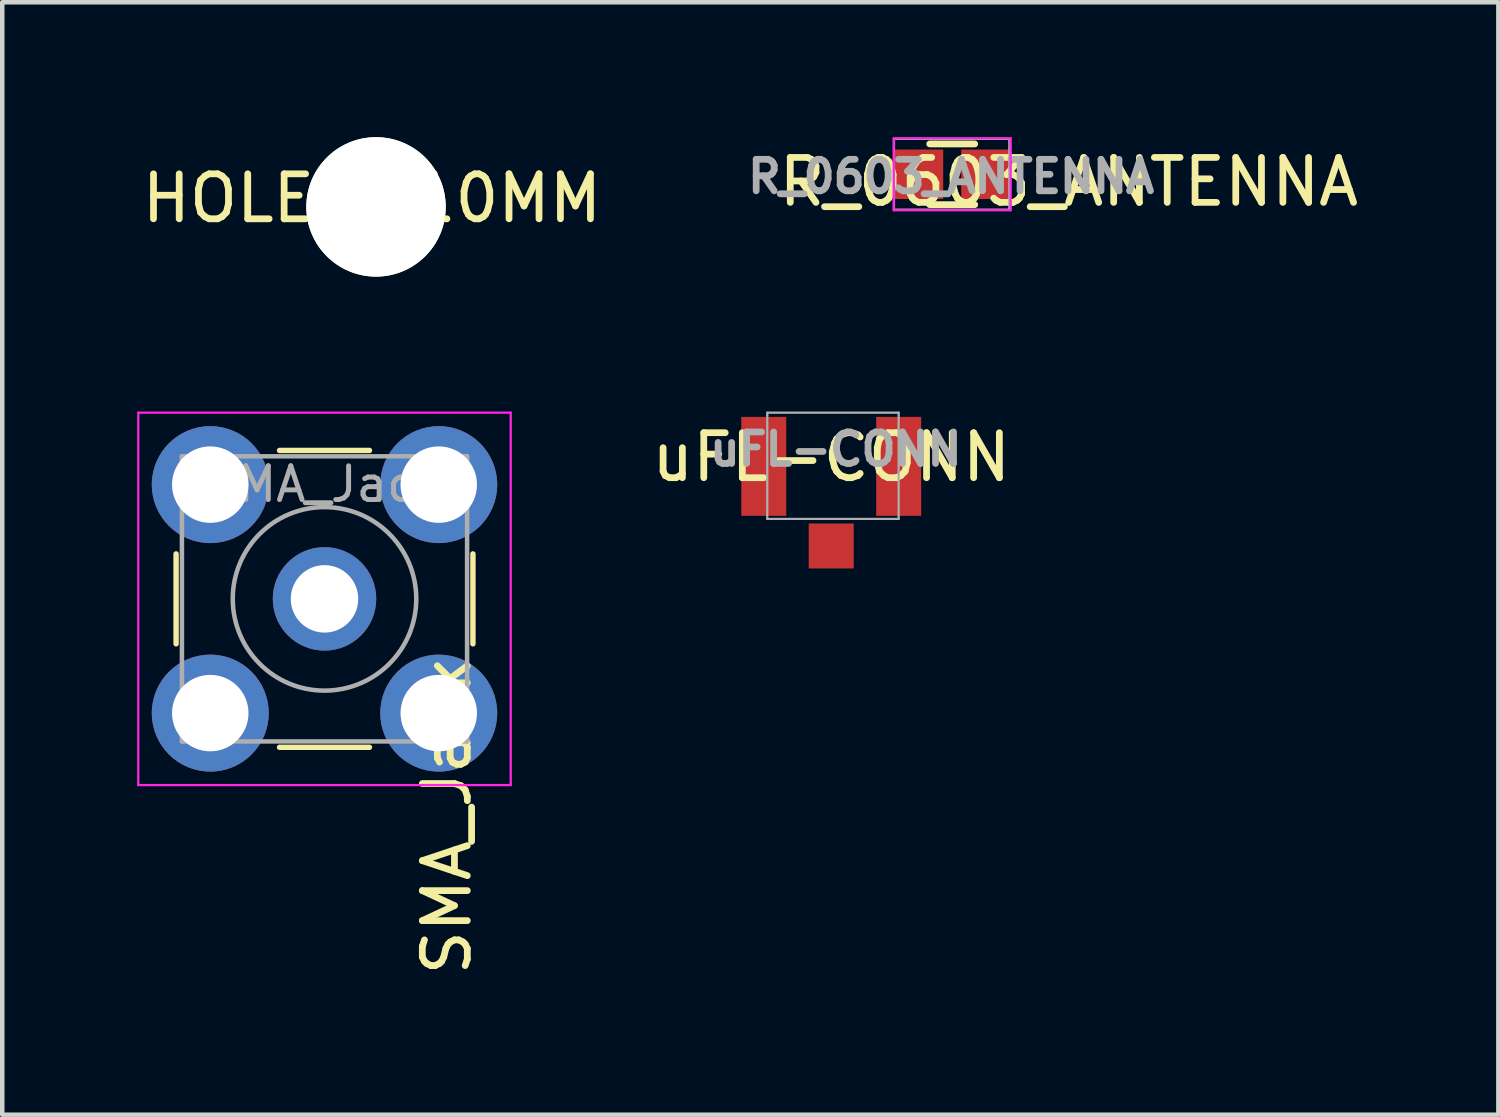
<source format=kicad_pcb>
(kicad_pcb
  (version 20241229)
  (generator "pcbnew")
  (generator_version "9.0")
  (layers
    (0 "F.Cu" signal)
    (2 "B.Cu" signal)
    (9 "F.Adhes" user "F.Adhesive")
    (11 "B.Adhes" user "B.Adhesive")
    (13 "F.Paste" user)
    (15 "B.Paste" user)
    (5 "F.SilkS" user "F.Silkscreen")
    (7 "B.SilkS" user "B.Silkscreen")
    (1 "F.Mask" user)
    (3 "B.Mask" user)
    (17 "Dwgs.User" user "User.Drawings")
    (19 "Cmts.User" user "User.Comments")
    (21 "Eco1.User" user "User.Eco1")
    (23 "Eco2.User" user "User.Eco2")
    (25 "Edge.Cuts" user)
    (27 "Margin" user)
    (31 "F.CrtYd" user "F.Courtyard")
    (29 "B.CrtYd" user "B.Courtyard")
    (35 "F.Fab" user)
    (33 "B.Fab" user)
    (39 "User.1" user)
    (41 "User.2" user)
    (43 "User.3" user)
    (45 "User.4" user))
  (footprint "uFL-CONN"
    (layer "F.Cu")
    (at 15.431 7.319)
    (property "Reference" "uFL-CONN" (at 0 -0.203 180) (layer "F.SilkS") (effects (font (size 1 1) (thickness 0.15))))
    (attr smd)
    (fp_line (start -1.422 -1.194) (end 1.499 -1.194) (stroke (width 0.05) (type solid)) (layer "F.Fab"))
    (fp_line (start -1.422 -1.143) (end -1.422 -1.194) (stroke (width 0.05) (type solid)) (layer "F.Fab"))
    (fp_line (start -1.422 -0.711) (end -1.422 -1.143) (stroke (width 0.05) (type solid)) (layer "F.Fab"))
    (fp_line (start -1.422 -0.711) (end -1.422 1.168) (stroke (width 0.05) (type solid)) (layer "F.Fab"))
    (fp_line (start 1.499 -1.194) (end 1.499 -0.711) (stroke (width 0.05) (type solid)) (layer "F.Fab"))
    (fp_line (start 1.499 1.168) (end -1.422 1.168) (stroke (width 0.05) (type solid)) (layer "F.Fab"))
    (fp_line (start 1.499 1.168) (end 1.499 -0.711) (stroke (width 0.05) (type solid)) (layer "F.Fab"))
    (fp_text user "${REFERENCE}" (at 0.102 -0.381 180) (layer "F.Fab") (effects (font (size 0.7 0.7) (thickness 0.15))))
    (pad "1" smd rect (at 1.5 0 90) (size 2.2 1) (layers "F.Cu" "F.Mask"))
    (pad "2" smd rect (at 0 1.77 90) (size 1 1) (layers "F.Cu" "F.Mask"))
    (pad "3" smd rect (at -1.5 0 90) (size 2.2 1) (layers "F.Cu" "F.Mask")))
  (footprint "R_0603_ANTENNA"
    (layer "F.Cu")
    (at 18.121 0.825)
    (property "Reference" "R_0603_ANTENNA" (at 2.59 0.17 0) (layer "F.SilkS") (effects (font (size 1 1) (thickness 0.15))))
    (attr smd)
    (fp_line (start -0.5 -0.675) (end 0.5 -0.675) (stroke (width 0.15) (type solid)) (layer "F.SilkS"))
    (fp_line (start 0.5 0.675) (end -0.5 0.675) (stroke (width 0.15) (type solid)) (layer "F.SilkS"))
    (fp_line (start -1.3 -0.8) (end -1.3 0.8) (stroke (width 0.05) (type solid)) (layer "F.CrtYd"))
    (fp_line (start -1.3 -0.8) (end 1.3 -0.8) (stroke (width 0.05) (type solid)) (layer "F.CrtYd"))
    (fp_line (start -1.3 0.8) (end 1.3 0.8) (stroke (width 0.05) (type solid)) (layer "F.CrtYd"))
    (fp_line (start 1.3 -0.8) (end 1.3 0.8) (stroke (width 0.05) (type solid)) (layer "F.CrtYd"))
    (fp_line (start -1.295 -0.787) (end 1.27 -0.787) (stroke (width 0.05) (type solid)) (layer "F.Fab"))
    (fp_line (start -1.295 0.787) (end -1.295 -0.787) (stroke (width 0.05) (type solid)) (layer "F.Fab"))
    (fp_line (start 1.27 -0.787) (end 1.27 0.787) (stroke (width 0.05) (type solid)) (layer "F.Fab"))
    (fp_line (start 1.27 0.787) (end -1.295 0.787) (stroke (width 0.05) (type solid)) (layer "F.Fab"))
    (fp_text user "${REFERENCE}" (at -0.025 0.051 0) (layer "F.Fab") (effects (font (size 0.7 0.7) (thickness 0.15))))
    (pad "1" smd rect (at -0.75 0) (size 1.1 1.1) (layers "F.Cu" "F.Mask" "F.Paste"))
    (pad "2" smd rect (at 0.75 0) (size 1.1 1.1) (layers "F.Cu" "F.Mask" "F.Paste")))
  (footprint "SMA_Jack"
    (layer "F.Cu")
    (at 4.165 10.265)
    (property "Reference" "SMA_Jack" (at 2.72 4.82 90) (layer "F.SilkS") (effects (font (size 1 1) (thickness 0.15))))
    (attr through_hole)
    (fp_line (start -3.3 -1) (end -3.3 1) (stroke (width 0.12) (type solid)) (layer "F.SilkS"))
    (fp_line (start -1 -3.3) (end 1 -3.3) (stroke (width 0.12) (type solid)) (layer "F.SilkS"))
    (fp_line (start -1 3.3) (end 1 3.3) (stroke (width 0.12) (type solid)) (layer "F.SilkS"))
    (fp_line (start 3.3 -1) (end 3.3 1) (stroke (width 0.12) (type solid)) (layer "F.SilkS"))
    (fp_line (start -4.14 -4.14) (end -4.14 4.14) (stroke (width 0.05) (type solid)) (layer "F.CrtYd"))
    (fp_line (start -4.14 -4.14) (end 4.14 -4.14) (stroke (width 0.05) (type solid)) (layer "F.CrtYd"))
    (fp_line (start 4.14 4.14) (end -4.14 4.14) (stroke (width 0.05) (type solid)) (layer "F.CrtYd"))
    (fp_line (start 4.14 4.14) (end 4.14 -4.14) (stroke (width 0.05) (type solid)) (layer "F.CrtYd"))
    (fp_line (start -3.17 -3.17) (end -3.17 3.17) (stroke (width 0.1) (type solid)) (layer "F.Fab"))
    (fp_line (start -3.17 -3.17) (end 3.17 -3.17) (stroke (width 0.1) (type solid)) (layer "F.Fab"))
    (fp_line (start -3.17 3.17) (end 3.17 3.17) (stroke (width 0.1) (type solid)) (layer "F.Fab"))
    (fp_line (start -3.05 -3.05) (end -3.05 -2.03) (stroke (width 0.1) (type solid)) (layer "F.Fab"))
    (fp_line (start -3.05 -3.05) (end -2.03 -3.05) (stroke (width 0.1) (type solid)) (layer "F.Fab"))
    (fp_line (start -3.05 -2.03) (end -2.03 -2.03) (stroke (width 0.1) (type solid)) (layer "F.Fab"))
    (fp_line (start -3.05 2.03) (end -2.03 2.03) (stroke (width 0.1) (type solid)) (layer "F.Fab"))
    (fp_line (start -3.05 3.05) (end -3.05 2.03) (stroke (width 0.1) (type solid)) (layer "F.Fab"))
    (fp_line (start -3.05 3.05) (end -2.03 3.05) (stroke (width 0.1) (type solid)) (layer "F.Fab"))
    (fp_line (start -2.03 -3.05) (end -2.03 -2.03) (stroke (width 0.1) (type solid)) (layer "F.Fab"))
    (fp_line (start -2.03 2.03) (end -2.03 3.05) (stroke (width 0.1) (type solid)) (layer "F.Fab"))
    (fp_line (start 2.03 -3.05) (end 2.03 -2.03) (stroke (width 0.1) (type solid)) (layer "F.Fab"))
    (fp_line (start 2.03 -3.05) (end 3.05 -3.05) (stroke (width 0.1) (type solid)) (layer "F.Fab"))
    (fp_line (start 2.03 -2.03) (end 3.05 -2.03) (stroke (width 0.1) (type solid)) (layer "F.Fab"))
    (fp_line (start 2.03 2.03) (end 2.03 3.05) (stroke (width 0.1) (type solid)) (layer "F.Fab"))
    (fp_line (start 2.03 3.05) (end 3.05 3.05) (stroke (width 0.1) (type solid)) (layer "F.Fab"))
    (fp_line (start 3.05 -3.05) (end 3.05 -2.03) (stroke (width 0.1) (type solid)) (layer "F.Fab"))
    (fp_line (start 3.05 2.03) (end 2.03 2.03) (stroke (width 0.1) (type solid)) (layer "F.Fab"))
    (fp_line (start 3.05 2.03) (end 3.05 3.05) (stroke (width 0.1) (type solid)) (layer "F.Fab"))
    (fp_line (start 3.17 -3.17) (end 3.17 3.17) (stroke (width 0.1) (type solid)) (layer "F.Fab"))
    (fp_circle (center 0 0) (end 0.635 0) (stroke (width 0.1) (type solid)) (fill no) (layer "F.Fab"))
    (fp_circle (center 0 0) (end 2.04 0) (stroke (width 0.1) (type solid)) (fill no) (layer "F.Fab"))
    (fp_text user "${REFERENCE}" (at 0 -2.55 0) (layer "F.Fab") (effects (font (size 0.75 0.75) (thickness 0.11))))
    (pad "1" thru_hole circle (at 0 0) (size 2.3 2.3) (drill 1.5) (layers "*.Cu" "*.Mask"))
    (pad "2" thru_hole circle (at -2.54 -2.54) (size 2.6 2.6) (drill 1.7) (layers "*.Cu" "*.Mask"))
    (pad "2" thru_hole circle (at -2.54 2.54) (size 2.6 2.6) (drill 1.7) (layers "*.Cu" "*.Mask"))
    (pad "2" thru_hole circle (at 2.54 -2.54) (size 2.6 2.6) (drill 1.7) (layers "*.Cu" "*.Mask"))
    (pad "2" thru_hole circle (at 2.54 2.54) (size 2.6 2.6) (drill 1.7) (layers "*.Cu" "*.Mask")))
  (footprint "HOLE_3.10MM"
    (layer "F.Cu")
    (at 5.31 1.55)
    (property "Reference" "HOLE_3.10MM" (at -0.09 -0.19 0) (layer "F.SilkS") (effects (font (size 1 1) (thickness 0.15))))
    (attr through_hole)
    (pad "" np_thru_hole circle (at 0 0) (size 3.1 3.1) (drill 3.1) (layers "*.Cu" "*.Mask" "F.SilkS")))
  (gr_rect
    (start -3 -3)
    (end 30.264 21.734)
    (stroke (width 0.1) (type default))
    (fill no)
    (layer "Edge.Cuts")))
</source>
